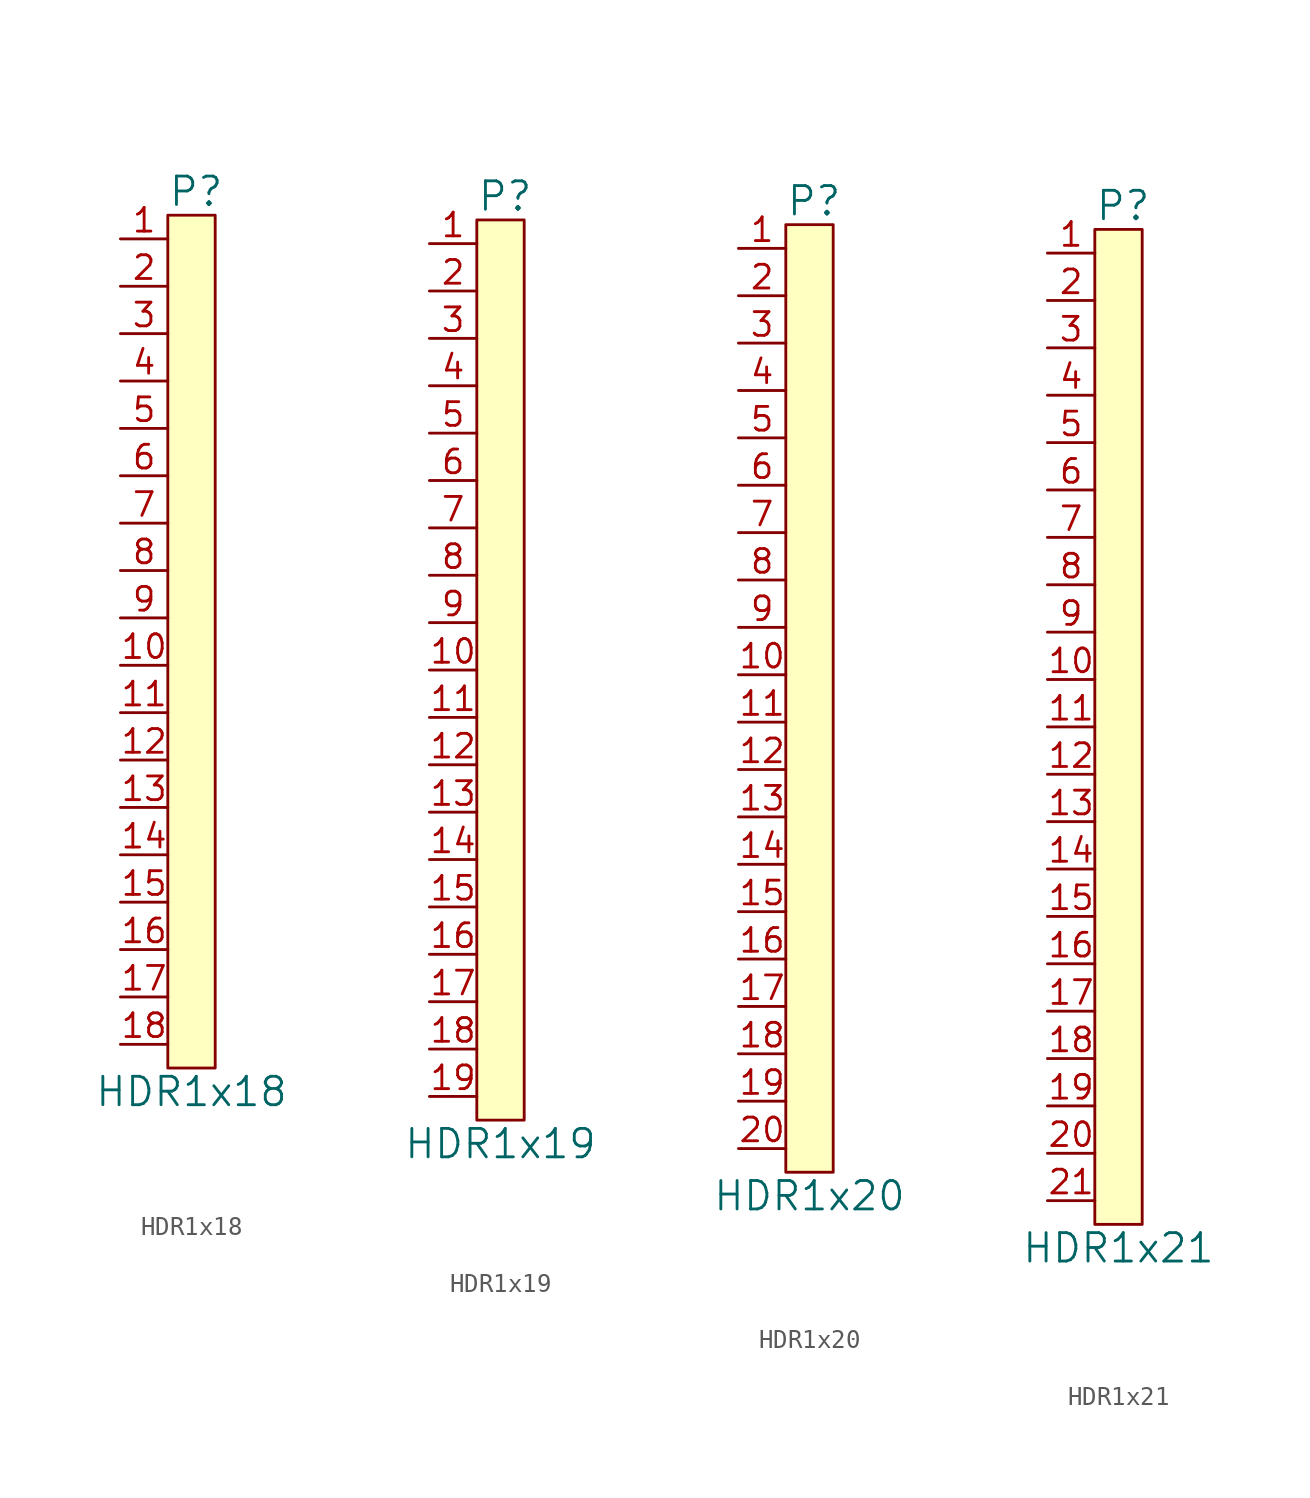
<source format=kicad_sym>
(kicad_symbol_lib
  (version 20231120)
  (generator "kicad_symbol_editor")
  (generator_version "8.0")
  (symbol "HDR1x18"
    (property "Reference" "P"
      (at -1.27 24.13 0)
      (effects (font (size 1.524 1.524)) (justify left)))
    (property "Value" "HDR1x18"
      (at 0 -24.13 0)
      (effects (font (size 1.524 1.524))))
    (symbol "HDR1x18_0_1"
      (rectangle (start -1.27 22.86) (end 1.27 -22.86) (stroke (width 0) (type default)) (fill (type background))))
    (symbol "HDR1x18_1_1"
      (pin unspecified line (at -3.81 21.59 0) (length 2.54) (name "~" (effects (font (size 1.27 1.27)))) (number "1" (effects (font (size 1.27 1.27)))))
      (pin unspecified line (at -3.81 -1.27 0) (length 2.54) (name "~" (effects (font (size 1.27 1.27)))) (number "10" (effects (font (size 1.27 1.27)))))
      (pin unspecified line (at -3.81 -3.81 0) (length 2.54) (name "~" (effects (font (size 1.27 1.27)))) (number "11" (effects (font (size 1.27 1.27)))))
      (pin unspecified line (at -3.81 -6.35 0) (length 2.54) (name "~" (effects (font (size 1.27 1.27)))) (number "12" (effects (font (size 1.27 1.27)))))
      (pin unspecified line (at -3.81 -8.89 0) (length 2.54) (name "~" (effects (font (size 1.27 1.27)))) (number "13" (effects (font (size 1.27 1.27)))))
      (pin unspecified line (at -3.81 -11.43 0) (length 2.54) (name "~" (effects (font (size 1.27 1.27)))) (number "14" (effects (font (size 1.27 1.27)))))
      (pin unspecified line (at -3.81 -13.97 0) (length 2.54) (name "~" (effects (font (size 1.27 1.27)))) (number "15" (effects (font (size 1.27 1.27)))))
      (pin unspecified line (at -3.81 -16.51 0) (length 2.54) (name "~" (effects (font (size 1.27 1.27)))) (number "16" (effects (font (size 1.27 1.27)))))
      (pin unspecified line (at -3.81 -19.05 0) (length 2.54) (name "~" (effects (font (size 1.27 1.27)))) (number "17" (effects (font (size 1.27 1.27)))))
      (pin unspecified line (at -3.81 -21.59 0) (length 2.54) (name "~" (effects (font (size 1.27 1.27)))) (number "18" (effects (font (size 1.27 1.27)))))
      (pin unspecified line (at -3.81 19.05 0) (length 2.54) (name "~" (effects (font (size 1.27 1.27)))) (number "2" (effects (font (size 1.27 1.27)))))
      (pin unspecified line (at -3.81 16.51 0) (length 2.54) (name "~" (effects (font (size 1.27 1.27)))) (number "3" (effects (font (size 1.27 1.27)))))
      (pin unspecified line (at -3.81 13.97 0) (length 2.54) (name "~" (effects (font (size 1.27 1.27)))) (number "4" (effects (font (size 1.27 1.27)))))
      (pin unspecified line (at -3.81 11.43 0) (length 2.54) (name "~" (effects (font (size 1.27 1.27)))) (number "5" (effects (font (size 1.27 1.27)))))
      (pin unspecified line (at -3.81 8.89 0) (length 2.54) (name "~" (effects (font (size 1.27 1.27)))) (number "6" (effects (font (size 1.27 1.27)))))
      (pin unspecified line (at -3.81 6.35 0) (length 2.54) (name "~" (effects (font (size 1.27 1.27)))) (number "7" (effects (font (size 1.27 1.27)))))
      (pin unspecified line (at -3.81 3.81 0) (length 2.54) (name "~" (effects (font (size 1.27 1.27)))) (number "8" (effects (font (size 1.27 1.27)))))
      (pin unspecified line (at -3.81 1.27 0) (length 2.54) (name "~" (effects (font (size 1.27 1.27)))) (number "9" (effects (font (size 1.27 1.27)))))))
  (symbol "HDR1x19"
    (property "Reference" "P"
      (at -1.27 25.4 0)
      (effects (font (size 1.524 1.524)) (justify left)))
    (property "Value" "HDR1x19"
      (at 0 -25.4 0)
      (effects (font (size 1.524 1.524))))
    (symbol "HDR1x19_0_1"
      (rectangle (start -1.27 24.13) (end 1.27 -24.13) (stroke (width 0) (type default)) (fill (type background))))
    (symbol "HDR1x19_1_1"
      (pin unspecified line (at -3.81 22.86 0) (length 2.54) (name "~" (effects (font (size 1.27 1.27)))) (number "1" (effects (font (size 1.27 1.27)))))
      (pin unspecified line (at -3.81 0 0) (length 2.54) (name "~" (effects (font (size 1.27 1.27)))) (number "10" (effects (font (size 1.27 1.27)))))
      (pin unspecified line (at -3.81 -2.54 0) (length 2.54) (name "~" (effects (font (size 1.27 1.27)))) (number "11" (effects (font (size 1.27 1.27)))))
      (pin unspecified line (at -3.81 -5.08 0) (length 2.54) (name "~" (effects (font (size 1.27 1.27)))) (number "12" (effects (font (size 1.27 1.27)))))
      (pin unspecified line (at -3.81 -7.62 0) (length 2.54) (name "~" (effects (font (size 1.27 1.27)))) (number "13" (effects (font (size 1.27 1.27)))))
      (pin unspecified line (at -3.81 -10.16 0) (length 2.54) (name "~" (effects (font (size 1.27 1.27)))) (number "14" (effects (font (size 1.27 1.27)))))
      (pin unspecified line (at -3.81 -12.7 0) (length 2.54) (name "~" (effects (font (size 1.27 1.27)))) (number "15" (effects (font (size 1.27 1.27)))))
      (pin unspecified line (at -3.81 -15.24 0) (length 2.54) (name "~" (effects (font (size 1.27 1.27)))) (number "16" (effects (font (size 1.27 1.27)))))
      (pin unspecified line (at -3.81 -17.78 0) (length 2.54) (name "~" (effects (font (size 1.27 1.27)))) (number "17" (effects (font (size 1.27 1.27)))))
      (pin unspecified line (at -3.81 -20.32 0) (length 2.54) (name "~" (effects (font (size 1.27 1.27)))) (number "18" (effects (font (size 1.27 1.27)))))
      (pin unspecified line (at -3.81 -22.86 0) (length 2.54) (name "~" (effects (font (size 1.27 1.27)))) (number "19" (effects (font (size 1.27 1.27)))))
      (pin unspecified line (at -3.81 20.32 0) (length 2.54) (name "~" (effects (font (size 1.27 1.27)))) (number "2" (effects (font (size 1.27 1.27)))))
      (pin unspecified line (at -3.81 17.78 0) (length 2.54) (name "~" (effects (font (size 1.27 1.27)))) (number "3" (effects (font (size 1.27 1.27)))))
      (pin unspecified line (at -3.81 15.24 0) (length 2.54) (name "~" (effects (font (size 1.27 1.27)))) (number "4" (effects (font (size 1.27 1.27)))))
      (pin unspecified line (at -3.81 12.7 0) (length 2.54) (name "~" (effects (font (size 1.27 1.27)))) (number "5" (effects (font (size 1.27 1.27)))))
      (pin unspecified line (at -3.81 10.16 0) (length 2.54) (name "~" (effects (font (size 1.27 1.27)))) (number "6" (effects (font (size 1.27 1.27)))))
      (pin unspecified line (at -3.81 7.62 0) (length 2.54) (name "~" (effects (font (size 1.27 1.27)))) (number "7" (effects (font (size 1.27 1.27)))))
      (pin unspecified line (at -3.81 5.08 0) (length 2.54) (name "~" (effects (font (size 1.27 1.27)))) (number "8" (effects (font (size 1.27 1.27)))))
      (pin unspecified line (at -3.81 2.54 0) (length 2.54) (name "~" (effects (font (size 1.27 1.27)))) (number "9" (effects (font (size 1.27 1.27)))))))
  (symbol "HDR1x20"
    (property "Reference" "P"
      (at -1.27 26.67 0)
      (effects (font (size 1.524 1.524)) (justify left)))
    (property "Value" "HDR1x20"
      (at 0 -26.67 0)
      (effects (font (size 1.524 1.524))))
    (symbol "HDR1x20_0_1"
      (rectangle (start -1.27 25.4) (end 1.27 -25.4) (stroke (width 0) (type default)) (fill (type background))))
    (symbol "HDR1x20_1_1"
      (pin unspecified line (at -3.81 24.13 0) (length 2.54) (name "~" (effects (font (size 1.27 1.27)))) (number "1" (effects (font (size 1.27 1.27)))))
      (pin unspecified line (at -3.81 1.27 0) (length 2.54) (name "~" (effects (font (size 1.27 1.27)))) (number "10" (effects (font (size 1.27 1.27)))))
      (pin unspecified line (at -3.81 -1.27 0) (length 2.54) (name "~" (effects (font (size 1.27 1.27)))) (number "11" (effects (font (size 1.27 1.27)))))
      (pin unspecified line (at -3.81 -3.81 0) (length 2.54) (name "~" (effects (font (size 1.27 1.27)))) (number "12" (effects (font (size 1.27 1.27)))))
      (pin unspecified line (at -3.81 -6.35 0) (length 2.54) (name "~" (effects (font (size 1.27 1.27)))) (number "13" (effects (font (size 1.27 1.27)))))
      (pin unspecified line (at -3.81 -8.89 0) (length 2.54) (name "~" (effects (font (size 1.27 1.27)))) (number "14" (effects (font (size 1.27 1.27)))))
      (pin unspecified line (at -3.81 -11.43 0) (length 2.54) (name "~" (effects (font (size 1.27 1.27)))) (number "15" (effects (font (size 1.27 1.27)))))
      (pin unspecified line (at -3.81 -13.97 0) (length 2.54) (name "~" (effects (font (size 1.27 1.27)))) (number "16" (effects (font (size 1.27 1.27)))))
      (pin unspecified line (at -3.81 -16.51 0) (length 2.54) (name "~" (effects (font (size 1.27 1.27)))) (number "17" (effects (font (size 1.27 1.27)))))
      (pin unspecified line (at -3.81 -19.05 0) (length 2.54) (name "~" (effects (font (size 1.27 1.27)))) (number "18" (effects (font (size 1.27 1.27)))))
      (pin unspecified line (at -3.81 -21.59 0) (length 2.54) (name "~" (effects (font (size 1.27 1.27)))) (number "19" (effects (font (size 1.27 1.27)))))
      (pin unspecified line (at -3.81 21.59 0) (length 2.54) (name "~" (effects (font (size 1.27 1.27)))) (number "2" (effects (font (size 1.27 1.27)))))
      (pin unspecified line (at -3.81 -24.13 0) (length 2.54) (name "~" (effects (font (size 1.27 1.27)))) (number "20" (effects (font (size 1.27 1.27)))))
      (pin unspecified line (at -3.81 19.05 0) (length 2.54) (name "~" (effects (font (size 1.27 1.27)))) (number "3" (effects (font (size 1.27 1.27)))))
      (pin unspecified line (at -3.81 16.51 0) (length 2.54) (name "~" (effects (font (size 1.27 1.27)))) (number "4" (effects (font (size 1.27 1.27)))))
      (pin unspecified line (at -3.81 13.97 0) (length 2.54) (name "~" (effects (font (size 1.27 1.27)))) (number "5" (effects (font (size 1.27 1.27)))))
      (pin unspecified line (at -3.81 11.43 0) (length 2.54) (name "~" (effects (font (size 1.27 1.27)))) (number "6" (effects (font (size 1.27 1.27)))))
      (pin unspecified line (at -3.81 8.89 0) (length 2.54) (name "~" (effects (font (size 1.27 1.27)))) (number "7" (effects (font (size 1.27 1.27)))))
      (pin unspecified line (at -3.81 6.35 0) (length 2.54) (name "~" (effects (font (size 1.27 1.27)))) (number "8" (effects (font (size 1.27 1.27)))))
      (pin unspecified line (at -3.81 3.81 0) (length 2.54) (name "~" (effects (font (size 1.27 1.27)))) (number "9" (effects (font (size 1.27 1.27)))))))
  (symbol "HDR1x21"
    (property "Reference" "P"
      (at -1.27 27.94 0)
      (effects (font (size 1.524 1.524)) (justify left)))
    (property "Value" "HDR1x21"
      (at 0 -27.94 0)
      (effects (font (size 1.524 1.524))))
    (symbol "HDR1x21_0_1"
      (rectangle (start -1.27 26.67) (end 1.27 -26.67) (stroke (width 0) (type default)) (fill (type background))))
    (symbol "HDR1x21_1_1"
      (pin unspecified line (at -3.81 25.4 0) (length 2.54) (name "~" (effects (font (size 1.27 1.27)))) (number "1" (effects (font (size 1.27 1.27)))))
      (pin unspecified line (at -3.81 2.54 0) (length 2.54) (name "~" (effects (font (size 1.27 1.27)))) (number "10" (effects (font (size 1.27 1.27)))))
      (pin unspecified line (at -3.81 0 0) (length 2.54) (name "~" (effects (font (size 1.27 1.27)))) (number "11" (effects (font (size 1.27 1.27)))))
      (pin unspecified line (at -3.81 -2.54 0) (length 2.54) (name "~" (effects (font (size 1.27 1.27)))) (number "12" (effects (font (size 1.27 1.27)))))
      (pin unspecified line (at -3.81 -5.08 0) (length 2.54) (name "~" (effects (font (size 1.27 1.27)))) (number "13" (effects (font (size 1.27 1.27)))))
      (pin unspecified line (at -3.81 -7.62 0) (length 2.54) (name "~" (effects (font (size 1.27 1.27)))) (number "14" (effects (font (size 1.27 1.27)))))
      (pin unspecified line (at -3.81 -10.16 0) (length 2.54) (name "~" (effects (font (size 1.27 1.27)))) (number "15" (effects (font (size 1.27 1.27)))))
      (pin unspecified line (at -3.81 -12.7 0) (length 2.54) (name "~" (effects (font (size 1.27 1.27)))) (number "16" (effects (font (size 1.27 1.27)))))
      (pin unspecified line (at -3.81 -15.24 0) (length 2.54) (name "~" (effects (font (size 1.27 1.27)))) (number "17" (effects (font (size 1.27 1.27)))))
      (pin unspecified line (at -3.81 -17.78 0) (length 2.54) (name "~" (effects (font (size 1.27 1.27)))) (number "18" (effects (font (size 1.27 1.27)))))
      (pin unspecified line (at -3.81 -20.32 0) (length 2.54) (name "~" (effects (font (size 1.27 1.27)))) (number "19" (effects (font (size 1.27 1.27)))))
      (pin unspecified line (at -3.81 22.86 0) (length 2.54) (name "~" (effects (font (size 1.27 1.27)))) (number "2" (effects (font (size 1.27 1.27)))))
      (pin unspecified line (at -3.81 -22.86 0) (length 2.54) (name "~" (effects (font (size 1.27 1.27)))) (number "20" (effects (font (size 1.27 1.27)))))
      (pin unspecified line (at -3.81 -25.4 0) (length 2.54) (name "~" (effects (font (size 1.27 1.27)))) (number "21" (effects (font (size 1.27 1.27)))))
      (pin unspecified line (at -3.81 20.32 0) (length 2.54) (name "~" (effects (font (size 1.27 1.27)))) (number "3" (effects (font (size 1.27 1.27)))))
      (pin unspecified line (at -3.81 17.78 0) (length 2.54) (name "~" (effects (font (size 1.27 1.27)))) (number "4" (effects (font (size 1.27 1.27)))))
      (pin unspecified line (at -3.81 15.24 0) (length 2.54) (name "~" (effects (font (size 1.27 1.27)))) (number "5" (effects (font (size 1.27 1.27)))))
      (pin unspecified line (at -3.81 12.7 0) (length 2.54) (name "~" (effects (font (size 1.27 1.27)))) (number "6" (effects (font (size 1.27 1.27)))))
      (pin unspecified line (at -3.81 10.16 0) (length 2.54) (name "~" (effects (font (size 1.27 1.27)))) (number "7" (effects (font (size 1.27 1.27)))))
      (pin unspecified line (at -3.81 7.62 0) (length 2.54) (name "~" (effects (font (size 1.27 1.27)))) (number "8" (effects (font (size 1.27 1.27)))))
      (pin unspecified line (at -3.81 5.08 0) (length 2.54) (name "~" (effects (font (size 1.27 1.27)))) (number "9" (effects (font (size 1.27 1.27))))))))
</source>
